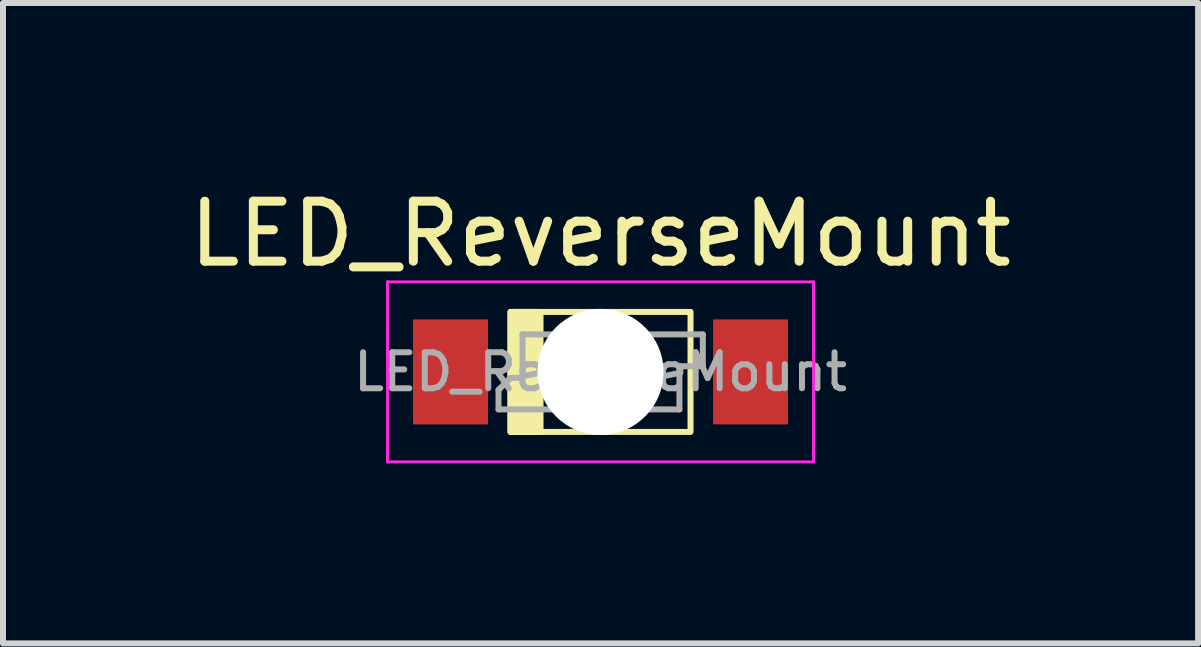
<source format=kicad_pcb>
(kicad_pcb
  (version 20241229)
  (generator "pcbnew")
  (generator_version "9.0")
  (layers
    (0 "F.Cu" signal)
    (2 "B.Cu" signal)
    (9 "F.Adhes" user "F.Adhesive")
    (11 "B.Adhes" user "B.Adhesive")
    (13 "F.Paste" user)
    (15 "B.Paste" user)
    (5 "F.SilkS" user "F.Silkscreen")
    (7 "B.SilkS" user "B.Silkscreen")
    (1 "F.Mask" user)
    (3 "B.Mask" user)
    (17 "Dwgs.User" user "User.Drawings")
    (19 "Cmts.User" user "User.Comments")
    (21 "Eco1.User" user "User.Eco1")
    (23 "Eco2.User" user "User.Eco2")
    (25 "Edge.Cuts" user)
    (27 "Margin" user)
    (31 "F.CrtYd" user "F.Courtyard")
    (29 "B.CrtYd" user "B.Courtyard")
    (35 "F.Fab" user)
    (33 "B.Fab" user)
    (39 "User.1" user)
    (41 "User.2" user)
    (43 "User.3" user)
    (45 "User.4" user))
  (footprint "LED_ReverseMount"
    (layer "F.Cu")
    (at 6.958 3.148)
    (property "Reference" "LED_ReverseMount" (at 0 -2.3 0) (layer "F.SilkS") (effects (font (size 1 1) (thickness 0.15))))
    (attr smd)
    (fp_rect (start -1.5 -1) (end -1 1) (stroke (width 0.1) (type solid)) (fill yes) (layer "F.SilkS"))
    (fp_rect (start -1.5 -1) (end 1.5 1) (stroke (width 0.1) (type default)) (fill no) (layer "F.SilkS"))
    (fp_line (start -3.55 -1.5) (end 3.55 -1.5) (stroke (width 0.05) (type solid)) (layer "F.CrtYd"))
    (fp_line (start -3.55 1.5) (end -3.55 -1.5) (stroke (width 0.05) (type solid)) (layer "F.CrtYd"))
    (fp_line (start 3.55 -1.5) (end 3.55 1.5) (stroke (width 0.05) (type solid)) (layer "F.CrtYd"))
    (fp_line (start 3.55 1.5) (end -3.55 1.5) (stroke (width 0.05) (type solid)) (layer "F.CrtYd"))
    (fp_line (start -1.7 0.3) (end -1.7 0.625) (stroke (width 0.1) (type solid)) (layer "F.Fab"))
    (fp_line (start -1.7 0.3) (end -1.5 0.1) (stroke (width 0.1) (type solid)) (layer "F.Fab"))
    (fp_line (start -1.5 0.1) (end -1.3 0.1) (stroke (width 0.1) (type solid)) (layer "F.Fab"))
    (fp_line (start -1.3 -0.625) (end -0.715 -0.625) (stroke (width 0.1) (type solid)) (layer "F.Fab"))
    (fp_line (start -1.3 0.1) (end -1.3 -0.625) (stroke (width 0.1) (type solid)) (layer "F.Fab"))
    (fp_line (start -0.715 0.625) (end -1.7 0.625) (stroke (width 0.1) (type solid)) (layer "F.Fab"))
    (fp_line (start 0.715 -0.625) (end 1.705 -0.625) (stroke (width 0.1) (type solid)) (layer "F.Fab"))
    (fp_line (start 0.715 0.625) (end 1.315 0.625) (stroke (width 0.1) (type solid)) (layer "F.Fab"))
    (fp_line (start 1.315 -0.095) (end 1.315 0.625) (stroke (width 0.1) (type solid)) (layer "F.Fab"))
    (fp_line (start 1.705 -0.625) (end 1.705 -0.095) (stroke (width 0.1) (type solid)) (layer "F.Fab"))
    (fp_line (start 1.705 -0.095) (end 1.315 -0.095) (stroke (width 0.1) (type solid)) (layer "F.Fab"))
    (fp_arc (start -0.714073 -0.626059) (mid 0.000704 -0.949658) (end 0.715 -0.625) (stroke (width 0.1) (type solid)) (layer "F.Fab"))
    (fp_arc (start 0.714073 0.626059) (mid -0.000704 0.949658) (end -0.715 0.625) (stroke (width 0.1) (type solid)) (layer "F.Fab"))
    (fp_text user "${REFERENCE}" (at 0 0 0) (layer "F.Fab") (effects (font (size 0.6 0.6) (thickness 0.1))))
    (pad "" smd rect (at -1.55 0.375) (size 0.5 0.7) (layers "F.Mask" "F.Paste"))
    (pad "" np_thru_hole circle (at 0 0) (size 2.1 2.1) (drill 2.1) (layers "*.Cu" "*.Mask"))
    (pad "" smd rect (at 1.55 -0.375) (size 0.5 0.7) (layers "F.Mask" "F.Paste"))
    (pad "1" smd rect (at -2.5 0) (size 1.25 1.75) (layers "F.Cu"))
    (pad "2" smd rect (at 2.5 0) (size 1.25 1.75) (layers "F.Cu")))
  (gr_rect
    (start -3 -3)
    (end 16.917 7.673)
    (stroke (width 0.1) (type default))
    (fill no)
    (layer "Edge.Cuts")))
</source>
